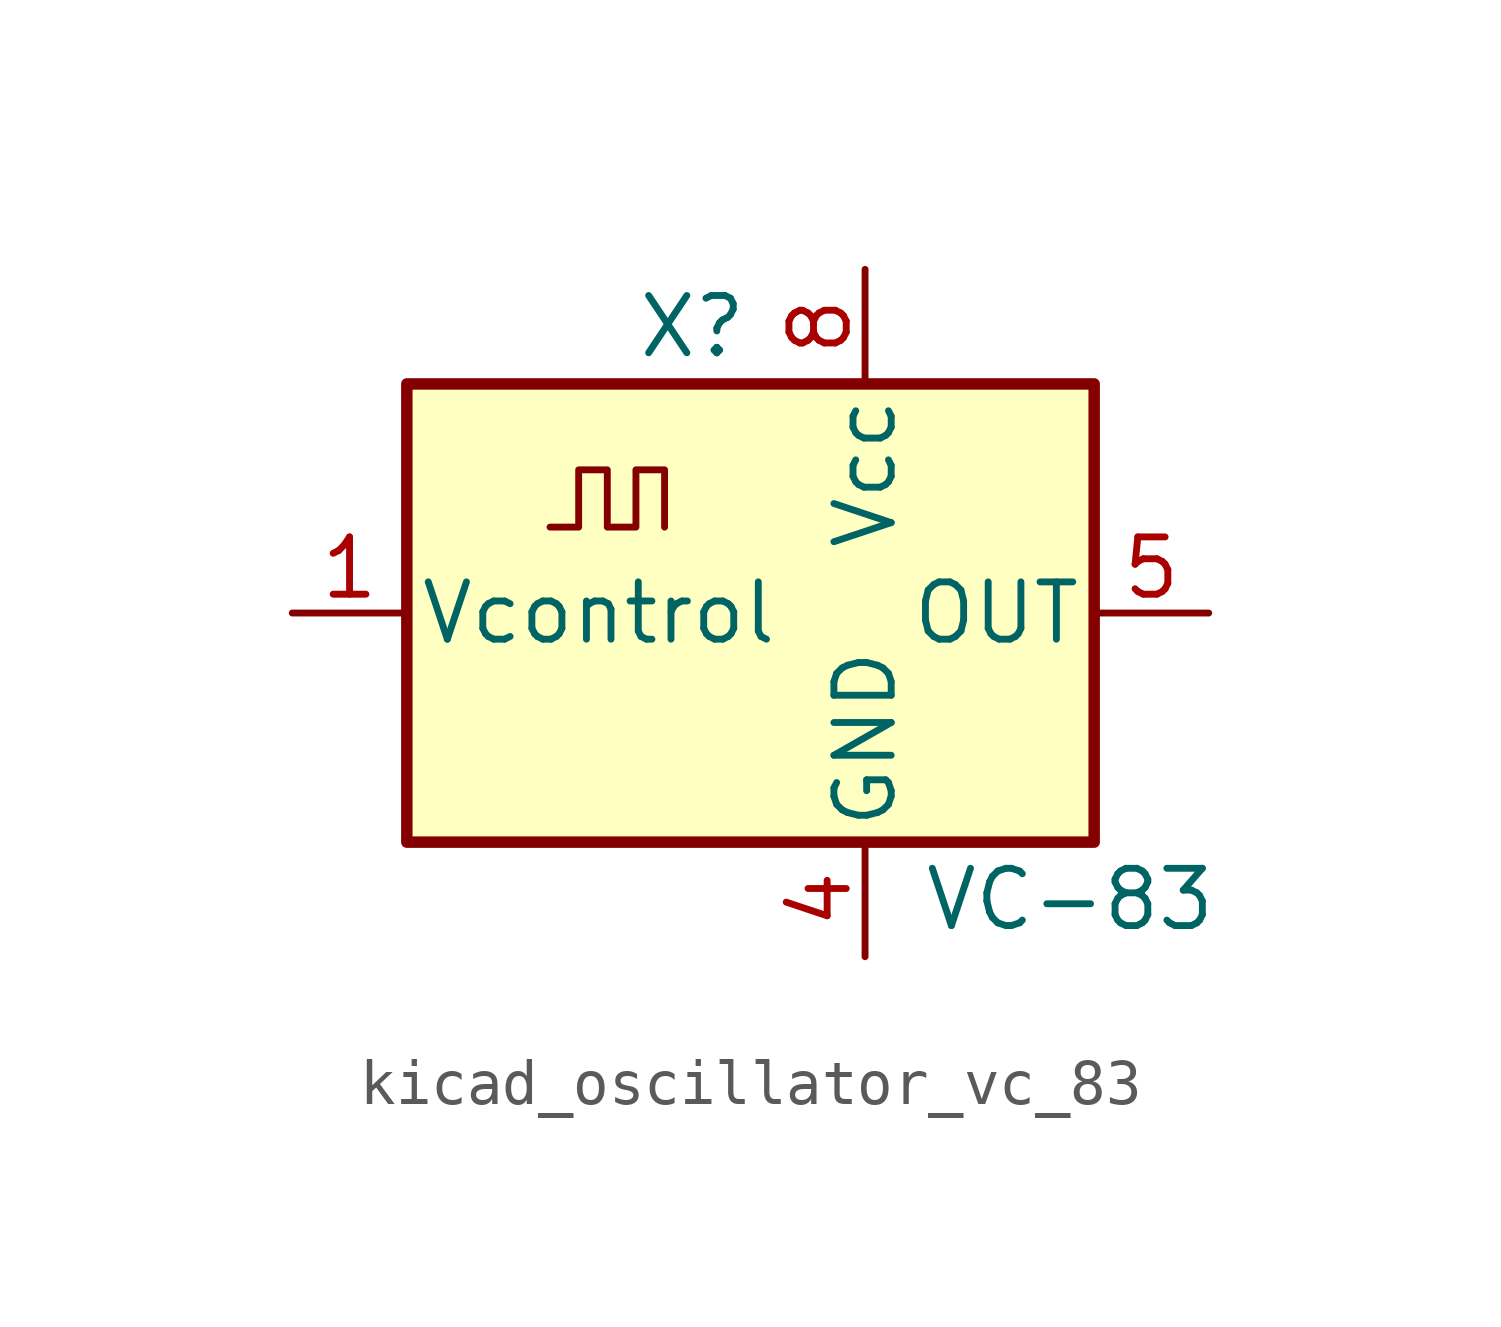
<source format=kicad_sym>
(kicad_symbol_lib
  (version 20220914)
  (generator kicad_symbol_editor)
  (symbol "kicad_oscillator_vc_83"
    (pin_names
      (offset 0.254))
    (property "Reference" "X"
      (at -5.08 6.35 0)
      (effects (font (size 1.27 1.27)) (justify left)))
    (property "Value" "VC-83"
      (at 1.27 -6.35 0)
      (effects (font (size 1.27 1.27)) (justify left)))
    (symbol "kicad_oscillator_vc_83_0_1"
      (rectangle (start -10.16 5.08) (end 5.08 -5.08) (stroke (width 0.254) (type default)) (fill (type background)))
      (polyline (pts (xy -6.985 1.905) (xy -6.35 1.905) (xy -6.35 3.175) (xy -5.715 3.175) (xy -5.715 1.905) (xy -5.08 1.905) (xy -5.08 3.175) (xy -4.445 3.175) (xy -4.445 1.905)) (stroke (width 0) (type default)) (fill (type none))))
    (symbol "kicad_oscillator_vc_83_1_1"
      (pin input line (at -12.7 0 0) (length 2.54) (name "Vcontrol" (effects (font (size 1.27 1.27)))) (number "1" (effects (font (size 1.27 1.27)))))
      (pin power_in line (at 0 -7.62 90) (length 2.54) (name "GND" (effects (font (size 1.27 1.27)))) (number "4" (effects (font (size 1.27 1.27)))))
      (pin output line (at 7.62 0 180) (length 2.54) (name "OUT" (effects (font (size 1.27 1.27)))) (number "5" (effects (font (size 1.27 1.27)))))
      (pin power_in line (at 0 7.62 270) (length 2.54) (name "Vcc" (effects (font (size 1.27 1.27)))) (number "8" (effects (font (size 1.27 1.27))))))))
</source>
